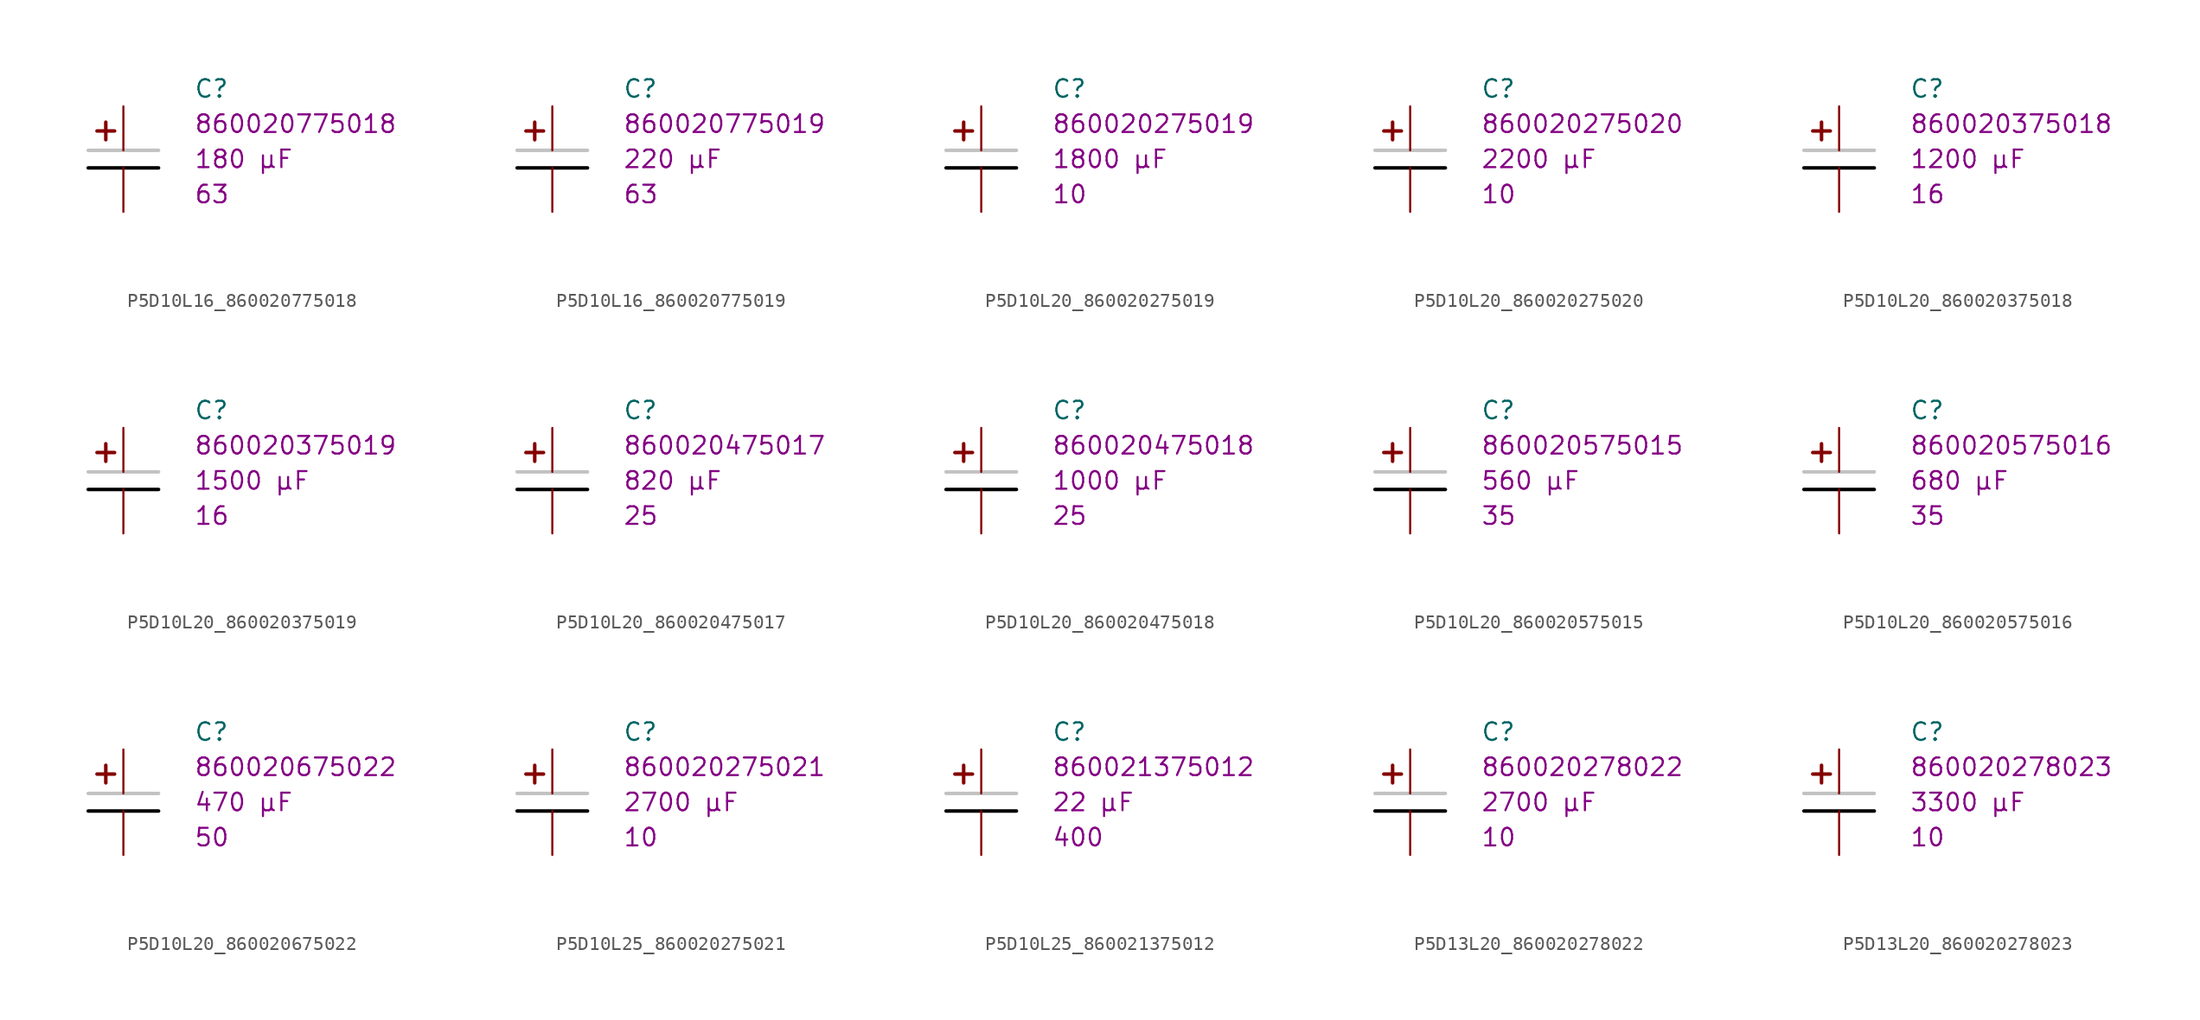
<source format=kicad_sym>
(kicad_symbol_lib
  (version 20220914)
  (generator kicad_symbol_editor)
  (symbol "P5D10L16_860020775018"
    (pin_numbers hide)
    (pin_names hide)
    (property "Reference" "C"
      (at 5.08 5.08 0)
      (effects (font (size 1.27 1.27)) (justify left)))
    (property "Part Number" "860020775018"
      (at 5.08 2.54 0)
      (effects (font (size 1.27 1.27)) (justify left)))
    (property "Capacitance" "180 µF"
      (at 5.08 0 0)
      (effects (font (size 1.27 1.27)) (justify left)))
    (property "Voltage" "63"
      (at 5.08 -2.54 0)
      (effects (font (size 1.27 1.27)) (justify left)))
    (property "Critical Parameter" ""
      (at 0 -7.62 0)
      (effects (font (size 1.27 1.27))))
    (symbol "P5D10L16_860020775018_1_1"
      (polyline (pts (xy -1.27 2.667) (xy -1.27 1.397)) (stroke (width 0.254) (type default)) (fill (type none)))
      (polyline (pts (xy -0.635 2.032) (xy -1.905 2.032)) (stroke (width 0.254) (type default)) (fill (type none)))
      (polyline (pts (xy 2.54 -0.635) (xy -2.54 -0.635)) (stroke (width 0.254) (type default) (color 0 0 0 1)) (fill (type none)))
      (polyline (pts (xy 2.54 0.635) (xy -2.54 0.635)) (stroke (width 0.254) (type default) (color 194 194 194 1)) (fill (type none)))
      (pin passive line (at 0 3.81 270) (length 3.175) (name "1" (effects (font (size 1.27 1.27)))) (number "1" (effects (font (size 1.27 1.27)))))
      (pin passive line (at 0 -3.81 90) (length 3.175) (name "2" (effects (font (size 1.27 1.27)))) (number "2" (effects (font (size 1.27 1.27)))))))
  (symbol "P5D10L16_860020775019"
    (pin_numbers hide)
    (pin_names hide)
    (property "Reference" "C"
      (at 5.08 5.08 0)
      (effects (font (size 1.27 1.27)) (justify left)))
    (property "Part Number" "860020775019"
      (at 5.08 2.54 0)
      (effects (font (size 1.27 1.27)) (justify left)))
    (property "Capacitance" "220 µF"
      (at 5.08 0 0)
      (effects (font (size 1.27 1.27)) (justify left)))
    (property "Voltage" "63"
      (at 5.08 -2.54 0)
      (effects (font (size 1.27 1.27)) (justify left)))
    (property "Critical Parameter" ""
      (at 0 -7.62 0)
      (effects (font (size 1.27 1.27))))
    (symbol "P5D10L16_860020775019_1_1"
      (polyline (pts (xy -1.27 2.667) (xy -1.27 1.397)) (stroke (width 0.254) (type default)) (fill (type none)))
      (polyline (pts (xy -0.635 2.032) (xy -1.905 2.032)) (stroke (width 0.254) (type default)) (fill (type none)))
      (polyline (pts (xy 2.54 -0.635) (xy -2.54 -0.635)) (stroke (width 0.254) (type default) (color 0 0 0 1)) (fill (type none)))
      (polyline (pts (xy 2.54 0.635) (xy -2.54 0.635)) (stroke (width 0.254) (type default) (color 194 194 194 1)) (fill (type none)))
      (pin passive line (at 0 3.81 270) (length 3.175) (name "1" (effects (font (size 1.27 1.27)))) (number "1" (effects (font (size 1.27 1.27)))))
      (pin passive line (at 0 -3.81 90) (length 3.175) (name "2" (effects (font (size 1.27 1.27)))) (number "2" (effects (font (size 1.27 1.27)))))))
  (symbol "P5D10L20_860020275019"
    (pin_numbers hide)
    (pin_names hide)
    (property "Reference" "C"
      (at 5.08 5.08 0)
      (effects (font (size 1.27 1.27)) (justify left)))
    (property "Part Number" "860020275019"
      (at 5.08 2.54 0)
      (effects (font (size 1.27 1.27)) (justify left)))
    (property "Capacitance" "1800 µF"
      (at 5.08 0 0)
      (effects (font (size 1.27 1.27)) (justify left)))
    (property "Voltage" "10"
      (at 5.08 -2.54 0)
      (effects (font (size 1.27 1.27)) (justify left)))
    (property "Critical Parameter" ""
      (at 0 -7.62 0)
      (effects (font (size 1.27 1.27))))
    (symbol "P5D10L20_860020275019_1_1"
      (polyline (pts (xy -1.27 2.667) (xy -1.27 1.397)) (stroke (width 0.254) (type default)) (fill (type none)))
      (polyline (pts (xy -0.635 2.032) (xy -1.905 2.032)) (stroke (width 0.254) (type default)) (fill (type none)))
      (polyline (pts (xy 2.54 -0.635) (xy -2.54 -0.635)) (stroke (width 0.254) (type default) (color 0 0 0 1)) (fill (type none)))
      (polyline (pts (xy 2.54 0.635) (xy -2.54 0.635)) (stroke (width 0.254) (type default) (color 194 194 194 1)) (fill (type none)))
      (pin passive line (at 0 3.81 270) (length 3.175) (name "1" (effects (font (size 1.27 1.27)))) (number "1" (effects (font (size 1.27 1.27)))))
      (pin passive line (at 0 -3.81 90) (length 3.175) (name "2" (effects (font (size 1.27 1.27)))) (number "2" (effects (font (size 1.27 1.27)))))))
  (symbol "P5D10L20_860020275020"
    (pin_numbers hide)
    (pin_names hide)
    (property "Reference" "C"
      (at 5.08 5.08 0)
      (effects (font (size 1.27 1.27)) (justify left)))
    (property "Part Number" "860020275020"
      (at 5.08 2.54 0)
      (effects (font (size 1.27 1.27)) (justify left)))
    (property "Capacitance" "2200 µF"
      (at 5.08 0 0)
      (effects (font (size 1.27 1.27)) (justify left)))
    (property "Voltage" "10"
      (at 5.08 -2.54 0)
      (effects (font (size 1.27 1.27)) (justify left)))
    (property "Critical Parameter" ""
      (at 0 -7.62 0)
      (effects (font (size 1.27 1.27))))
    (symbol "P5D10L20_860020275020_1_1"
      (polyline (pts (xy -1.27 2.667) (xy -1.27 1.397)) (stroke (width 0.254) (type default)) (fill (type none)))
      (polyline (pts (xy -0.635 2.032) (xy -1.905 2.032)) (stroke (width 0.254) (type default)) (fill (type none)))
      (polyline (pts (xy 2.54 -0.635) (xy -2.54 -0.635)) (stroke (width 0.254) (type default) (color 0 0 0 1)) (fill (type none)))
      (polyline (pts (xy 2.54 0.635) (xy -2.54 0.635)) (stroke (width 0.254) (type default) (color 194 194 194 1)) (fill (type none)))
      (pin passive line (at 0 3.81 270) (length 3.175) (name "1" (effects (font (size 1.27 1.27)))) (number "1" (effects (font (size 1.27 1.27)))))
      (pin passive line (at 0 -3.81 90) (length 3.175) (name "2" (effects (font (size 1.27 1.27)))) (number "2" (effects (font (size 1.27 1.27)))))))
  (symbol "P5D10L20_860020375018"
    (pin_numbers hide)
    (pin_names hide)
    (property "Reference" "C"
      (at 5.08 5.08 0)
      (effects (font (size 1.27 1.27)) (justify left)))
    (property "Part Number" "860020375018"
      (at 5.08 2.54 0)
      (effects (font (size 1.27 1.27)) (justify left)))
    (property "Capacitance" "1200 µF"
      (at 5.08 0 0)
      (effects (font (size 1.27 1.27)) (justify left)))
    (property "Voltage" "16"
      (at 5.08 -2.54 0)
      (effects (font (size 1.27 1.27)) (justify left)))
    (property "Critical Parameter" ""
      (at 0 -7.62 0)
      (effects (font (size 1.27 1.27))))
    (symbol "P5D10L20_860020375018_1_1"
      (polyline (pts (xy -1.27 2.667) (xy -1.27 1.397)) (stroke (width 0.254) (type default)) (fill (type none)))
      (polyline (pts (xy -0.635 2.032) (xy -1.905 2.032)) (stroke (width 0.254) (type default)) (fill (type none)))
      (polyline (pts (xy 2.54 -0.635) (xy -2.54 -0.635)) (stroke (width 0.254) (type default) (color 0 0 0 1)) (fill (type none)))
      (polyline (pts (xy 2.54 0.635) (xy -2.54 0.635)) (stroke (width 0.254) (type default) (color 194 194 194 1)) (fill (type none)))
      (pin passive line (at 0 3.81 270) (length 3.175) (name "1" (effects (font (size 1.27 1.27)))) (number "1" (effects (font (size 1.27 1.27)))))
      (pin passive line (at 0 -3.81 90) (length 3.175) (name "2" (effects (font (size 1.27 1.27)))) (number "2" (effects (font (size 1.27 1.27)))))))
  (symbol "P5D10L20_860020375019"
    (pin_numbers hide)
    (pin_names hide)
    (property "Reference" "C"
      (at 5.08 5.08 0)
      (effects (font (size 1.27 1.27)) (justify left)))
    (property "Part Number" "860020375019"
      (at 5.08 2.54 0)
      (effects (font (size 1.27 1.27)) (justify left)))
    (property "Capacitance" "1500 µF"
      (at 5.08 0 0)
      (effects (font (size 1.27 1.27)) (justify left)))
    (property "Voltage" "16"
      (at 5.08 -2.54 0)
      (effects (font (size 1.27 1.27)) (justify left)))
    (property "Critical Parameter" ""
      (at 0 -7.62 0)
      (effects (font (size 1.27 1.27))))
    (symbol "P5D10L20_860020375019_1_1"
      (polyline (pts (xy -1.27 2.667) (xy -1.27 1.397)) (stroke (width 0.254) (type default)) (fill (type none)))
      (polyline (pts (xy -0.635 2.032) (xy -1.905 2.032)) (stroke (width 0.254) (type default)) (fill (type none)))
      (polyline (pts (xy 2.54 -0.635) (xy -2.54 -0.635)) (stroke (width 0.254) (type default) (color 0 0 0 1)) (fill (type none)))
      (polyline (pts (xy 2.54 0.635) (xy -2.54 0.635)) (stroke (width 0.254) (type default) (color 194 194 194 1)) (fill (type none)))
      (pin passive line (at 0 3.81 270) (length 3.175) (name "1" (effects (font (size 1.27 1.27)))) (number "1" (effects (font (size 1.27 1.27)))))
      (pin passive line (at 0 -3.81 90) (length 3.175) (name "2" (effects (font (size 1.27 1.27)))) (number "2" (effects (font (size 1.27 1.27)))))))
  (symbol "P5D10L20_860020475017"
    (pin_numbers hide)
    (pin_names hide)
    (property "Reference" "C"
      (at 5.08 5.08 0)
      (effects (font (size 1.27 1.27)) (justify left)))
    (property "Part Number" "860020475017"
      (at 5.08 2.54 0)
      (effects (font (size 1.27 1.27)) (justify left)))
    (property "Capacitance" "820 µF"
      (at 5.08 0 0)
      (effects (font (size 1.27 1.27)) (justify left)))
    (property "Voltage" "25"
      (at 5.08 -2.54 0)
      (effects (font (size 1.27 1.27)) (justify left)))
    (property "Critical Parameter" ""
      (at 0 -7.62 0)
      (effects (font (size 1.27 1.27))))
    (symbol "P5D10L20_860020475017_1_1"
      (polyline (pts (xy -1.27 2.667) (xy -1.27 1.397)) (stroke (width 0.254) (type default)) (fill (type none)))
      (polyline (pts (xy -0.635 2.032) (xy -1.905 2.032)) (stroke (width 0.254) (type default)) (fill (type none)))
      (polyline (pts (xy 2.54 -0.635) (xy -2.54 -0.635)) (stroke (width 0.254) (type default) (color 0 0 0 1)) (fill (type none)))
      (polyline (pts (xy 2.54 0.635) (xy -2.54 0.635)) (stroke (width 0.254) (type default) (color 194 194 194 1)) (fill (type none)))
      (pin passive line (at 0 3.81 270) (length 3.175) (name "1" (effects (font (size 1.27 1.27)))) (number "1" (effects (font (size 1.27 1.27)))))
      (pin passive line (at 0 -3.81 90) (length 3.175) (name "2" (effects (font (size 1.27 1.27)))) (number "2" (effects (font (size 1.27 1.27)))))))
  (symbol "P5D10L20_860020475018"
    (pin_numbers hide)
    (pin_names hide)
    (property "Reference" "C"
      (at 5.08 5.08 0)
      (effects (font (size 1.27 1.27)) (justify left)))
    (property "Part Number" "860020475018"
      (at 5.08 2.54 0)
      (effects (font (size 1.27 1.27)) (justify left)))
    (property "Capacitance" "1000 µF"
      (at 5.08 0 0)
      (effects (font (size 1.27 1.27)) (justify left)))
    (property "Voltage" "25"
      (at 5.08 -2.54 0)
      (effects (font (size 1.27 1.27)) (justify left)))
    (property "Critical Parameter" ""
      (at 0 -7.62 0)
      (effects (font (size 1.27 1.27))))
    (symbol "P5D10L20_860020475018_1_1"
      (polyline (pts (xy -1.27 2.667) (xy -1.27 1.397)) (stroke (width 0.254) (type default)) (fill (type none)))
      (polyline (pts (xy -0.635 2.032) (xy -1.905 2.032)) (stroke (width 0.254) (type default)) (fill (type none)))
      (polyline (pts (xy 2.54 -0.635) (xy -2.54 -0.635)) (stroke (width 0.254) (type default) (color 0 0 0 1)) (fill (type none)))
      (polyline (pts (xy 2.54 0.635) (xy -2.54 0.635)) (stroke (width 0.254) (type default) (color 194 194 194 1)) (fill (type none)))
      (pin passive line (at 0 3.81 270) (length 3.175) (name "1" (effects (font (size 1.27 1.27)))) (number "1" (effects (font (size 1.27 1.27)))))
      (pin passive line (at 0 -3.81 90) (length 3.175) (name "2" (effects (font (size 1.27 1.27)))) (number "2" (effects (font (size 1.27 1.27)))))))
  (symbol "P5D10L20_860020575015"
    (pin_numbers hide)
    (pin_names hide)
    (property "Reference" "C"
      (at 5.08 5.08 0)
      (effects (font (size 1.27 1.27)) (justify left)))
    (property "Part Number" "860020575015"
      (at 5.08 2.54 0)
      (effects (font (size 1.27 1.27)) (justify left)))
    (property "Capacitance" "560 µF"
      (at 5.08 0 0)
      (effects (font (size 1.27 1.27)) (justify left)))
    (property "Voltage" "35"
      (at 5.08 -2.54 0)
      (effects (font (size 1.27 1.27)) (justify left)))
    (property "Critical Parameter" ""
      (at 0 -7.62 0)
      (effects (font (size 1.27 1.27))))
    (symbol "P5D10L20_860020575015_1_1"
      (polyline (pts (xy -1.27 2.667) (xy -1.27 1.397)) (stroke (width 0.254) (type default)) (fill (type none)))
      (polyline (pts (xy -0.635 2.032) (xy -1.905 2.032)) (stroke (width 0.254) (type default)) (fill (type none)))
      (polyline (pts (xy 2.54 -0.635) (xy -2.54 -0.635)) (stroke (width 0.254) (type default) (color 0 0 0 1)) (fill (type none)))
      (polyline (pts (xy 2.54 0.635) (xy -2.54 0.635)) (stroke (width 0.254) (type default) (color 194 194 194 1)) (fill (type none)))
      (pin passive line (at 0 3.81 270) (length 3.175) (name "1" (effects (font (size 1.27 1.27)))) (number "1" (effects (font (size 1.27 1.27)))))
      (pin passive line (at 0 -3.81 90) (length 3.175) (name "2" (effects (font (size 1.27 1.27)))) (number "2" (effects (font (size 1.27 1.27)))))))
  (symbol "P5D10L20_860020575016"
    (pin_numbers hide)
    (pin_names hide)
    (property "Reference" "C"
      (at 5.08 5.08 0)
      (effects (font (size 1.27 1.27)) (justify left)))
    (property "Part Number" "860020575016"
      (at 5.08 2.54 0)
      (effects (font (size 1.27 1.27)) (justify left)))
    (property "Capacitance" "680 µF"
      (at 5.08 0 0)
      (effects (font (size 1.27 1.27)) (justify left)))
    (property "Voltage" "35"
      (at 5.08 -2.54 0)
      (effects (font (size 1.27 1.27)) (justify left)))
    (property "Critical Parameter" ""
      (at 0 -7.62 0)
      (effects (font (size 1.27 1.27))))
    (symbol "P5D10L20_860020575016_1_1"
      (polyline (pts (xy -1.27 2.667) (xy -1.27 1.397)) (stroke (width 0.254) (type default)) (fill (type none)))
      (polyline (pts (xy -0.635 2.032) (xy -1.905 2.032)) (stroke (width 0.254) (type default)) (fill (type none)))
      (polyline (pts (xy 2.54 -0.635) (xy -2.54 -0.635)) (stroke (width 0.254) (type default) (color 0 0 0 1)) (fill (type none)))
      (polyline (pts (xy 2.54 0.635) (xy -2.54 0.635)) (stroke (width 0.254) (type default) (color 194 194 194 1)) (fill (type none)))
      (pin passive line (at 0 3.81 270) (length 3.175) (name "1" (effects (font (size 1.27 1.27)))) (number "1" (effects (font (size 1.27 1.27)))))
      (pin passive line (at 0 -3.81 90) (length 3.175) (name "2" (effects (font (size 1.27 1.27)))) (number "2" (effects (font (size 1.27 1.27)))))))
  (symbol "P5D10L20_860020675022"
    (pin_numbers hide)
    (pin_names hide)
    (property "Reference" "C"
      (at 5.08 5.08 0)
      (effects (font (size 1.27 1.27)) (justify left)))
    (property "Part Number" "860020675022"
      (at 5.08 2.54 0)
      (effects (font (size 1.27 1.27)) (justify left)))
    (property "Capacitance" "470 µF"
      (at 5.08 0 0)
      (effects (font (size 1.27 1.27)) (justify left)))
    (property "Voltage" "50"
      (at 5.08 -2.54 0)
      (effects (font (size 1.27 1.27)) (justify left)))
    (property "Critical Parameter" ""
      (at 0 -7.62 0)
      (effects (font (size 1.27 1.27))))
    (symbol "P5D10L20_860020675022_1_1"
      (polyline (pts (xy -1.27 2.667) (xy -1.27 1.397)) (stroke (width 0.254) (type default)) (fill (type none)))
      (polyline (pts (xy -0.635 2.032) (xy -1.905 2.032)) (stroke (width 0.254) (type default)) (fill (type none)))
      (polyline (pts (xy 2.54 -0.635) (xy -2.54 -0.635)) (stroke (width 0.254) (type default) (color 0 0 0 1)) (fill (type none)))
      (polyline (pts (xy 2.54 0.635) (xy -2.54 0.635)) (stroke (width 0.254) (type default) (color 194 194 194 1)) (fill (type none)))
      (pin passive line (at 0 3.81 270) (length 3.175) (name "1" (effects (font (size 1.27 1.27)))) (number "1" (effects (font (size 1.27 1.27)))))
      (pin passive line (at 0 -3.81 90) (length 3.175) (name "2" (effects (font (size 1.27 1.27)))) (number "2" (effects (font (size 1.27 1.27)))))))
  (symbol "P5D10L25_860020275021"
    (pin_numbers hide)
    (pin_names hide)
    (property "Reference" "C"
      (at 5.08 5.08 0)
      (effects (font (size 1.27 1.27)) (justify left)))
    (property "Part Number" "860020275021"
      (at 5.08 2.54 0)
      (effects (font (size 1.27 1.27)) (justify left)))
    (property "Capacitance" "2700 µF"
      (at 5.08 0 0)
      (effects (font (size 1.27 1.27)) (justify left)))
    (property "Voltage" "10"
      (at 5.08 -2.54 0)
      (effects (font (size 1.27 1.27)) (justify left)))
    (property "Critical Parameter" ""
      (at 0 -7.62 0)
      (effects (font (size 1.27 1.27))))
    (symbol "P5D10L25_860020275021_1_1"
      (polyline (pts (xy -1.27 2.667) (xy -1.27 1.397)) (stroke (width 0.254) (type default)) (fill (type none)))
      (polyline (pts (xy -0.635 2.032) (xy -1.905 2.032)) (stroke (width 0.254) (type default)) (fill (type none)))
      (polyline (pts (xy 2.54 -0.635) (xy -2.54 -0.635)) (stroke (width 0.254) (type default) (color 0 0 0 1)) (fill (type none)))
      (polyline (pts (xy 2.54 0.635) (xy -2.54 0.635)) (stroke (width 0.254) (type default) (color 194 194 194 1)) (fill (type none)))
      (pin passive line (at 0 3.81 270) (length 3.175) (name "1" (effects (font (size 1.27 1.27)))) (number "1" (effects (font (size 1.27 1.27)))))
      (pin passive line (at 0 -3.81 90) (length 3.175) (name "2" (effects (font (size 1.27 1.27)))) (number "2" (effects (font (size 1.27 1.27)))))))
  (symbol "P5D10L25_860021375012"
    (pin_numbers hide)
    (pin_names hide)
    (property "Reference" "C"
      (at 5.08 5.08 0)
      (effects (font (size 1.27 1.27)) (justify left)))
    (property "Part Number" "860021375012"
      (at 5.08 2.54 0)
      (effects (font (size 1.27 1.27)) (justify left)))
    (property "Capacitance" "22 µF"
      (at 5.08 0 0)
      (effects (font (size 1.27 1.27)) (justify left)))
    (property "Voltage" "400"
      (at 5.08 -2.54 0)
      (effects (font (size 1.27 1.27)) (justify left)))
    (property "Critical Parameter" ""
      (at 0 -7.62 0)
      (effects (font (size 1.27 1.27))))
    (symbol "P5D10L25_860021375012_1_1"
      (polyline (pts (xy -1.27 2.667) (xy -1.27 1.397)) (stroke (width 0.254) (type default)) (fill (type none)))
      (polyline (pts (xy -0.635 2.032) (xy -1.905 2.032)) (stroke (width 0.254) (type default)) (fill (type none)))
      (polyline (pts (xy 2.54 -0.635) (xy -2.54 -0.635)) (stroke (width 0.254) (type default) (color 0 0 0 1)) (fill (type none)))
      (polyline (pts (xy 2.54 0.635) (xy -2.54 0.635)) (stroke (width 0.254) (type default) (color 194 194 194 1)) (fill (type none)))
      (pin passive line (at 0 3.81 270) (length 3.175) (name "1" (effects (font (size 1.27 1.27)))) (number "1" (effects (font (size 1.27 1.27)))))
      (pin passive line (at 0 -3.81 90) (length 3.175) (name "2" (effects (font (size 1.27 1.27)))) (number "2" (effects (font (size 1.27 1.27)))))))
  (symbol "P5D13L20_860020278022"
    (pin_numbers hide)
    (pin_names hide)
    (property "Reference" "C"
      (at 5.08 5.08 0)
      (effects (font (size 1.27 1.27)) (justify left)))
    (property "Part Number" "860020278022"
      (at 5.08 2.54 0)
      (effects (font (size 1.27 1.27)) (justify left)))
    (property "Capacitance" "2700 µF"
      (at 5.08 0 0)
      (effects (font (size 1.27 1.27)) (justify left)))
    (property "Voltage" "10"
      (at 5.08 -2.54 0)
      (effects (font (size 1.27 1.27)) (justify left)))
    (property "Critical Parameter" ""
      (at 0 -7.62 0)
      (effects (font (size 1.27 1.27))))
    (symbol "P5D13L20_860020278022_1_1"
      (polyline (pts (xy -1.27 2.667) (xy -1.27 1.397)) (stroke (width 0.254) (type default)) (fill (type none)))
      (polyline (pts (xy -0.635 2.032) (xy -1.905 2.032)) (stroke (width 0.254) (type default)) (fill (type none)))
      (polyline (pts (xy 2.54 -0.635) (xy -2.54 -0.635)) (stroke (width 0.254) (type default) (color 0 0 0 1)) (fill (type none)))
      (polyline (pts (xy 2.54 0.635) (xy -2.54 0.635)) (stroke (width 0.254) (type default) (color 194 194 194 1)) (fill (type none)))
      (pin passive line (at 0 3.81 270) (length 3.175) (name "1" (effects (font (size 1.27 1.27)))) (number "1" (effects (font (size 1.27 1.27)))))
      (pin passive line (at 0 -3.81 90) (length 3.175) (name "2" (effects (font (size 1.27 1.27)))) (number "2" (effects (font (size 1.27 1.27)))))))
  (symbol "P5D13L20_860020278023"
    (pin_numbers hide)
    (pin_names hide)
    (property "Reference" "C"
      (at 5.08 5.08 0)
      (effects (font (size 1.27 1.27)) (justify left)))
    (property "Part Number" "860020278023"
      (at 5.08 2.54 0)
      (effects (font (size 1.27 1.27)) (justify left)))
    (property "Capacitance" "3300 µF"
      (at 5.08 0 0)
      (effects (font (size 1.27 1.27)) (justify left)))
    (property "Voltage" "10"
      (at 5.08 -2.54 0)
      (effects (font (size 1.27 1.27)) (justify left)))
    (property "Critical Parameter" ""
      (at 0 -7.62 0)
      (effects (font (size 1.27 1.27))))
    (symbol "P5D13L20_860020278023_1_1"
      (polyline (pts (xy -1.27 2.667) (xy -1.27 1.397)) (stroke (width 0.254) (type default)) (fill (type none)))
      (polyline (pts (xy -0.635 2.032) (xy -1.905 2.032)) (stroke (width 0.254) (type default)) (fill (type none)))
      (polyline (pts (xy 2.54 -0.635) (xy -2.54 -0.635)) (stroke (width 0.254) (type default) (color 0 0 0 1)) (fill (type none)))
      (polyline (pts (xy 2.54 0.635) (xy -2.54 0.635)) (stroke (width 0.254) (type default) (color 194 194 194 1)) (fill (type none)))
      (pin passive line (at 0 3.81 270) (length 3.175) (name "1" (effects (font (size 1.27 1.27)))) (number "1" (effects (font (size 1.27 1.27)))))
      (pin passive line (at 0 -3.81 90) (length 3.175) (name "2" (effects (font (size 1.27 1.27)))) (number "2" (effects (font (size 1.27 1.27))))))))
</source>
